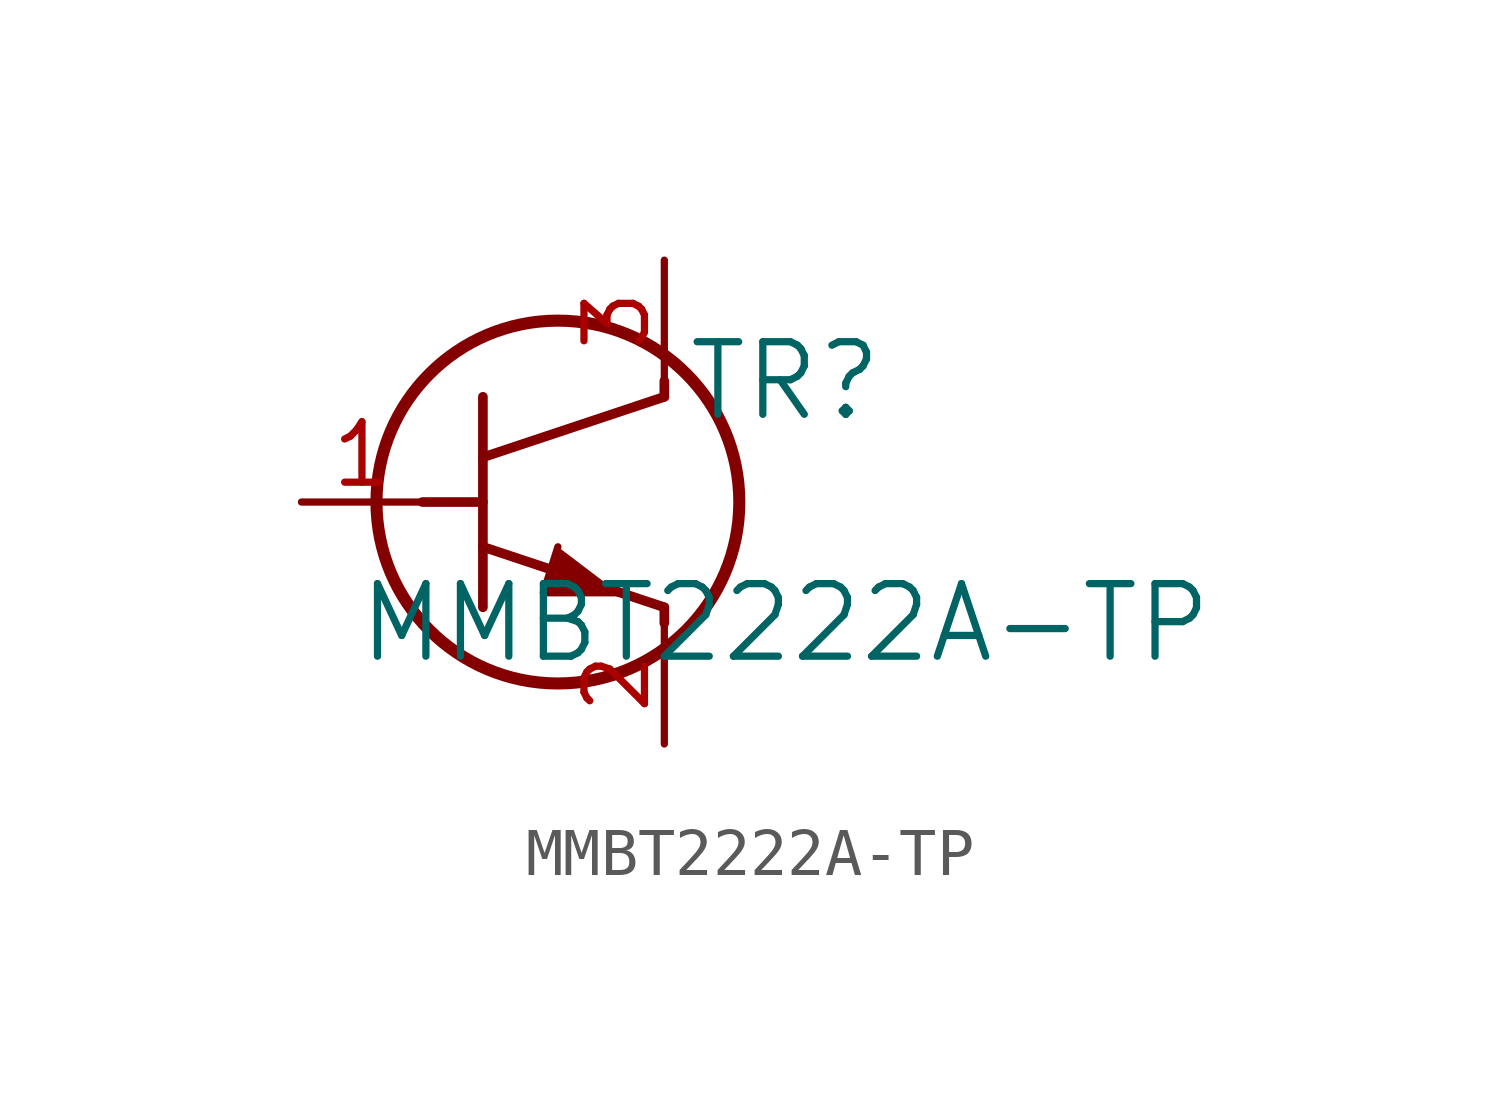
<source format=kicad_sym>
(kicad_symbol_lib
  (version 20211014)
  (generator kicad_symbol_editor)
  (symbol "MMBT2222A-TP"
    (pin_names
      (offset 0.254))
    (property "Reference" "TR"
      (at 10.16 2.54 0)
      (effects (font (size 1.524 1.524))))
    (property "Value" "MMBT2222A-TP"
      (at 10.16 -2.54 0)
      (effects (font (size 1.524 1.524))))
    (symbol "MMBT2222A-TP_0_1"
      (circle (center 5.385 0) (radius 3.81) (stroke (width 0.254) (type default) (color 0 0 0 0)) (fill (type none)))
      (polyline (pts (xy 3.81 -2.21) (xy 3.81 2.21)) (stroke (width 0.203) (type default) (color 0 0 0 0)) (fill (type none)))
      (polyline (pts (xy 3.81 0.94) (xy 7.62 2.21)) (stroke (width 0.203) (type default) (color 0 0 0 0)) (fill (type none)))
      (polyline (pts (xy 3.81 -0.94) (xy 7.62 -2.21)) (stroke (width 0.203) (type default) (color 0 0 0 0)) (fill (type none)))
      (polyline (pts (xy 7.62 -2.54) (xy 7.62 -2.21)) (stroke (width 0.203) (type default) (color 0 0 0 0)) (fill (type none)))
      (polyline (pts (xy 7.62 2.21) (xy 7.62 2.54)) (stroke (width 0.203) (type default) (color 0 0 0 0)) (fill (type none)))
      (polyline (pts (xy 2.54 0) (xy 3.81 0)) (stroke (width 0.203) (type default) (color 0 0 0 0)) (fill (type none)))
      (polyline (pts (xy 5.385 -0.94) (xy 5.08 -1.905) (xy 6.655 -1.905)) (stroke (width 0) (type default) (color 0 0 0 0)) (fill (type outline)))
      (pin unspecified line (at 0 0 0) (length 2.54) (name "" (effects (font (size 1.27 1.27)))) (number "1" (effects (font (size 1.27 1.27)))))
      (pin unspecified line (at 7.62 -5.08 90) (length 2.54) (name "" (effects (font (size 1.27 1.27)))) (number "2" (effects (font (size 1.27 1.27)))))
      (pin unspecified line (at 7.62 5.08 270) (length 2.54) (name "" (effects (font (size 1.27 1.27)))) (number "3" (effects (font (size 1.27 1.27))))))))
</source>
